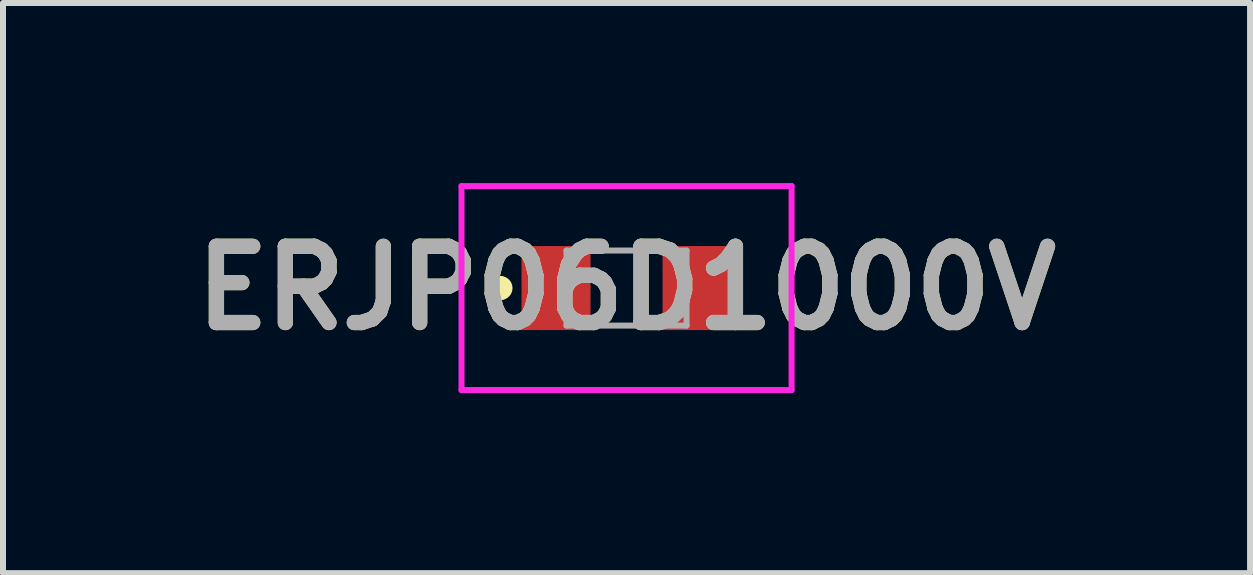
<source format=kicad_pcb>
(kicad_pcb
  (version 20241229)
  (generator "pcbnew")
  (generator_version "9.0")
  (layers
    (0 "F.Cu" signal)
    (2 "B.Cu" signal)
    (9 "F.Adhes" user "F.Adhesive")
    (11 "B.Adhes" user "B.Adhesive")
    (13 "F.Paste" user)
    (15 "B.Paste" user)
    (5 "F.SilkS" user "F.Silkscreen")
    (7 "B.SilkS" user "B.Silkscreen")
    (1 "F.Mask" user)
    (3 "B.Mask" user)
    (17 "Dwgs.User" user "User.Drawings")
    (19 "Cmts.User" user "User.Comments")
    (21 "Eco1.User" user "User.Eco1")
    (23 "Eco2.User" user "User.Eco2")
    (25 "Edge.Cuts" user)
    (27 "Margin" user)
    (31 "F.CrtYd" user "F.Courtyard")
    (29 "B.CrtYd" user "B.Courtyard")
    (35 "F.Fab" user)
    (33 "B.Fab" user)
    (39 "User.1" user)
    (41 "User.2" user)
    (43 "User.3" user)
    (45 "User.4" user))
  (footprint "ERJP06D1000V"
    (layer "F.Cu")
    (at 7.39 1.75)
    (property "Reference" "ERJP06D1000V" (at 0 0 0) (layer "F.SilkS") (effects (font (size 1.27 1.27) (thickness 0.254))))
    (attr smd)
    (fp_line (start -2.1 -0.1) (end -2.1 -0.1) (stroke (width 0.2) (type solid)) (layer "F.SilkS"))
    (fp_line (start -2.1 0.1) (end -2.1 0.1) (stroke (width 0.2) (type solid)) (layer "F.SilkS"))
    (fp_arc (start -2.1 -0.1) (mid -2 0) (end -2.1 0.1) (stroke (width 0.2) (type solid)) (layer "F.SilkS"))
    (fp_arc (start -2.1 0.1) (mid -2.2 0) (end -2.1 -0.1) (stroke (width 0.2) (type solid)) (layer "F.SilkS"))
    (fp_line (start -2.75 -1.7) (end 2.75 -1.7) (stroke (width 0.1) (type solid)) (layer "F.CrtYd"))
    (fp_line (start -2.75 1.7) (end -2.75 -1.7) (stroke (width 0.1) (type solid)) (layer "F.CrtYd"))
    (fp_line (start 2.75 -1.7) (end 2.75 1.7) (stroke (width 0.1) (type solid)) (layer "F.CrtYd"))
    (fp_line (start 2.75 1.7) (end -2.75 1.7) (stroke (width 0.1) (type solid)) (layer "F.CrtYd"))
    (fp_line (start -1 -0.625) (end 1 -0.625) (stroke (width 0.1) (type solid)) (layer "F.Fab"))
    (fp_line (start -1 0.625) (end -1 -0.625) (stroke (width 0.1) (type solid)) (layer "F.Fab"))
    (fp_line (start 1 -0.625) (end 1 0.625) (stroke (width 0.1) (type solid)) (layer "F.Fab"))
    (fp_line (start 1 0.625) (end -1 0.625) (stroke (width 0.1) (type solid)) (layer "F.Fab"))
    (fp_text user "${REFERENCE}" (at 0 0 0) (layer "F.Fab") (effects (font (size 1.27 1.27) (thickness 0.254))))
    (pad "1" smd rect (at -1.175 0) (size 1.15 1.4) (layers "F.Cu" "F.Mask" "F.Paste"))
    (pad "2" smd rect (at 1.175 0) (size 1.15 1.4) (layers "F.Cu" "F.Mask" "F.Paste")))
  (gr_rect
    (start -3 -3)
    (end 17.78 6.5)
    (stroke (width 0.1) (type default))
    (fill no)
    (layer "Edge.Cuts")))
</source>
